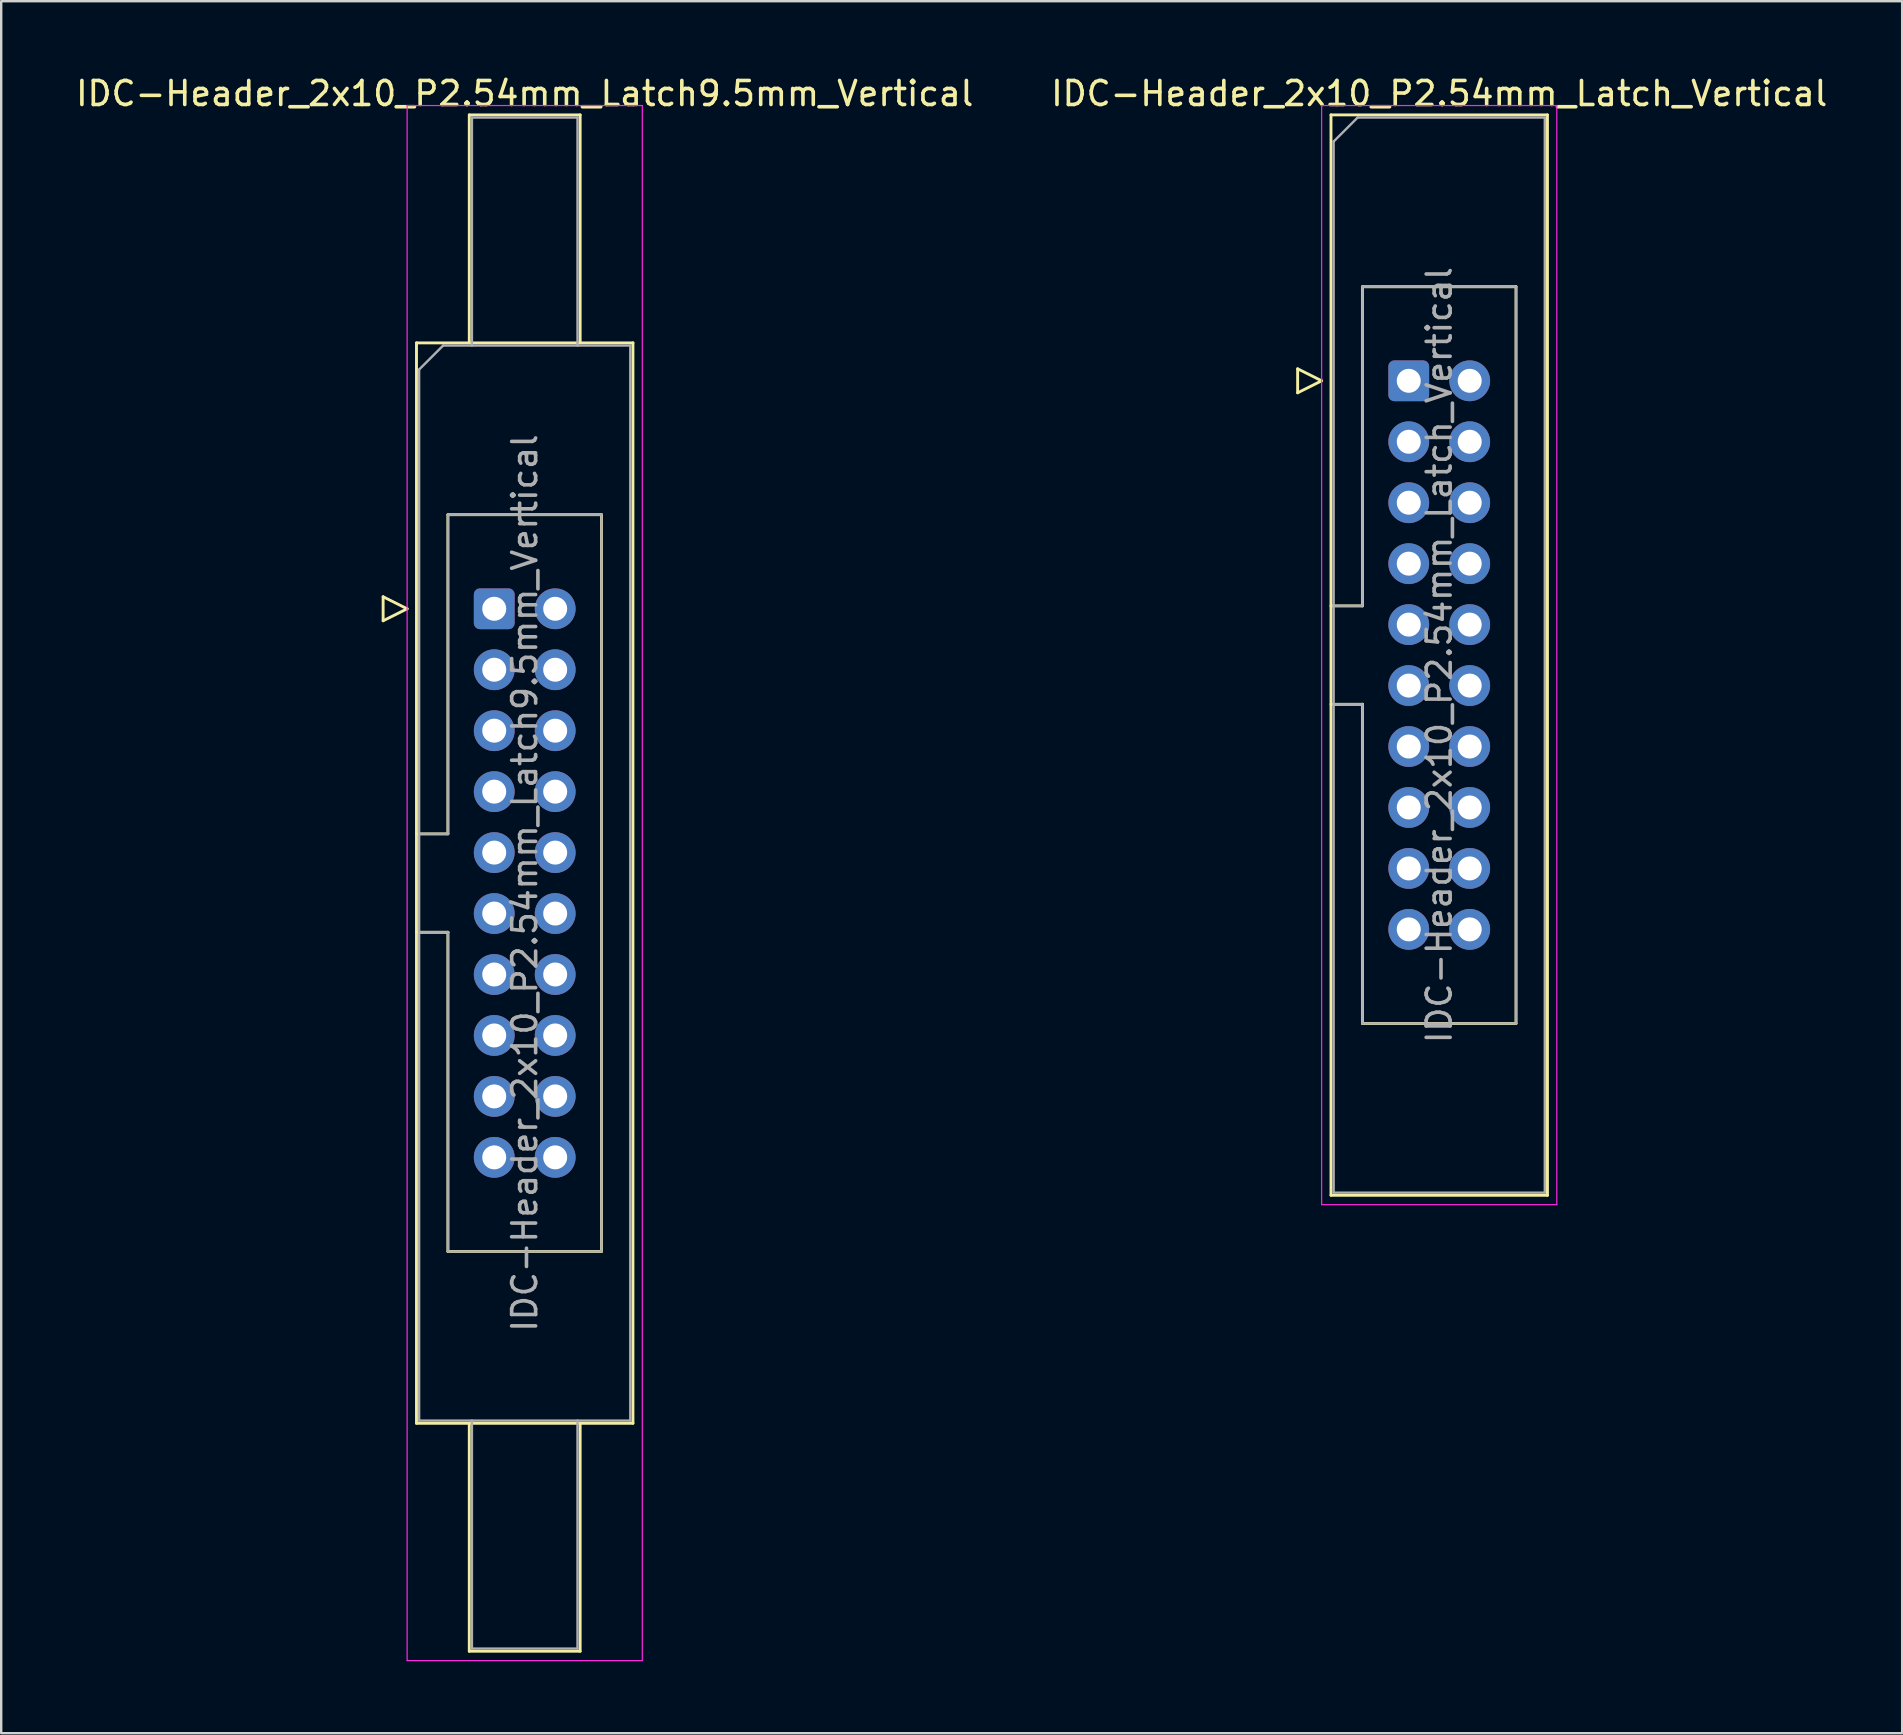
<source format=kicad_pcb>
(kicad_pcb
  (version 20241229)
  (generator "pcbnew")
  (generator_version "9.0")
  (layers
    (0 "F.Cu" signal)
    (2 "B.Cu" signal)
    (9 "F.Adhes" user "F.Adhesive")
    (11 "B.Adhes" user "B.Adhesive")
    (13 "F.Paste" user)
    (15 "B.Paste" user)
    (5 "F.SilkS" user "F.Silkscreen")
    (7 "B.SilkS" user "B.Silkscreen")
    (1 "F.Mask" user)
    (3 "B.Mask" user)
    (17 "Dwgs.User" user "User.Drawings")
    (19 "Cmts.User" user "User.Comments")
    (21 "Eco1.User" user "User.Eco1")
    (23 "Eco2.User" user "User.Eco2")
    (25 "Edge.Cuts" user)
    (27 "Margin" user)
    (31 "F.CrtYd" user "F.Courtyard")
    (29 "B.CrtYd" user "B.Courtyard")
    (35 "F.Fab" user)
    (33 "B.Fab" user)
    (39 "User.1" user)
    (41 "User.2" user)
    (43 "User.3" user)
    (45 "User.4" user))
  (footprint "IDC-Header_2x10_P2.54mm_Latch_Vertical"
    (layer "F.Cu")
    (at 55.653 12.818)
    (property "Reference" "IDC-Header_2x10_P2.54mm_Latch_Vertical" (at 1.27 -11.97 0) (layer "F.SilkS") (effects (font (size 1 1) (thickness 0.15))))
    (attr through_hole)
    (fp_line (start -4.63 -0.5) (end -4.63 0.5) (stroke (width 0.12) (type solid)) (layer "F.SilkS"))
    (fp_line (start -4.63 0.5) (end -3.63 0) (stroke (width 0.12) (type solid)) (layer "F.SilkS"))
    (fp_line (start -3.63 0) (end -4.63 -0.5) (stroke (width 0.12) (type solid)) (layer "F.SilkS"))
    (fp_line (start -3.24 -11.08) (end 5.78 -11.08) (stroke (width 0.12) (type solid)) (layer "F.SilkS"))
    (fp_line (start -3.24 9.38) (end -1.93 9.38) (stroke (width 0.12) (type solid)) (layer "F.SilkS"))
    (fp_line (start -3.24 33.94) (end -3.24 -11.08) (stroke (width 0.12) (type solid)) (layer "F.SilkS"))
    (fp_line (start -1.93 -3.92) (end 4.47 -3.92) (stroke (width 0.12) (type solid)) (layer "F.SilkS"))
    (fp_line (start -1.93 9.38) (end -1.93 -3.92) (stroke (width 0.12) (type solid)) (layer "F.SilkS"))
    (fp_line (start -1.93 13.48) (end -3.24 13.48) (stroke (width 0.12) (type solid)) (layer "F.SilkS"))
    (fp_line (start -1.93 13.48) (end -1.93 13.48) (stroke (width 0.12) (type solid)) (layer "F.SilkS"))
    (fp_line (start -1.93 26.78) (end -1.93 13.48) (stroke (width 0.12) (type solid)) (layer "F.SilkS"))
    (fp_line (start 4.47 -3.92) (end 4.47 26.78) (stroke (width 0.12) (type solid)) (layer "F.SilkS"))
    (fp_line (start 4.47 26.78) (end -1.93 26.78) (stroke (width 0.12) (type solid)) (layer "F.SilkS"))
    (fp_line (start 5.78 -11.08) (end 5.78 33.94) (stroke (width 0.12) (type solid)) (layer "F.SilkS"))
    (fp_line (start 5.78 33.94) (end -3.24 33.94) (stroke (width 0.12) (type solid)) (layer "F.SilkS"))
    (fp_line (start -3.63 -11.47) (end -3.63 34.33) (stroke (width 0.05) (type solid)) (layer "F.CrtYd"))
    (fp_line (start -3.63 34.33) (end 6.17 34.33) (stroke (width 0.05) (type solid)) (layer "F.CrtYd"))
    (fp_line (start 6.17 -11.47) (end -3.63 -11.47) (stroke (width 0.05) (type solid)) (layer "F.CrtYd"))
    (fp_line (start 6.17 34.33) (end 6.17 -11.47) (stroke (width 0.05) (type solid)) (layer "F.CrtYd"))
    (fp_line (start -3.13 -9.97) (end -2.13 -10.97) (stroke (width 0.1) (type solid)) (layer "F.Fab"))
    (fp_line (start -3.13 9.38) (end -1.93 9.38) (stroke (width 0.1) (type solid)) (layer "F.Fab"))
    (fp_line (start -3.13 33.83) (end -3.13 -9.97) (stroke (width 0.1) (type solid)) (layer "F.Fab"))
    (fp_line (start -2.13 -10.97) (end 5.67 -10.97) (stroke (width 0.1) (type solid)) (layer "F.Fab"))
    (fp_line (start -1.93 -3.92) (end 4.47 -3.92) (stroke (width 0.1) (type solid)) (layer "F.Fab"))
    (fp_line (start -1.93 9.38) (end -1.93 -3.92) (stroke (width 0.1) (type solid)) (layer "F.Fab"))
    (fp_line (start -1.93 13.48) (end -3.13 13.48) (stroke (width 0.1) (type solid)) (layer "F.Fab"))
    (fp_line (start -1.93 13.48) (end -1.93 13.48) (stroke (width 0.1) (type solid)) (layer "F.Fab"))
    (fp_line (start -1.93 26.78) (end -1.93 13.48) (stroke (width 0.1) (type solid)) (layer "F.Fab"))
    (fp_line (start 4.47 -3.92) (end 4.47 26.78) (stroke (width 0.1) (type solid)) (layer "F.Fab"))
    (fp_line (start 4.47 26.78) (end -1.93 26.78) (stroke (width 0.1) (type solid)) (layer "F.Fab"))
    (fp_line (start 5.67 -10.97) (end 5.67 33.83) (stroke (width 0.1) (type solid)) (layer "F.Fab"))
    (fp_line (start 5.67 33.83) (end -3.13 33.83) (stroke (width 0.1) (type solid)) (layer "F.Fab"))
    (fp_text user "${REFERENCE}" (at 1.27 11.43 90) (layer "F.Fab") (effects (font (size 1 1) (thickness 0.15))))
    (pad "1" thru_hole roundrect (at 0 0) (size 1.7 1.7) (drill 1) (layers "*.Cu" "*.Mask") (roundrect_rratio 0.147))
    (pad "2" thru_hole circle (at 2.54 0) (size 1.7 1.7) (drill 1) (layers "*.Cu" "*.Mask"))
    (pad "3" thru_hole circle (at 0 2.54) (size 1.7 1.7) (drill 1) (layers "*.Cu" "*.Mask"))
    (pad "4" thru_hole circle (at 2.54 2.54) (size 1.7 1.7) (drill 1) (layers "*.Cu" "*.Mask"))
    (pad "5" thru_hole circle (at 0 5.08) (size 1.7 1.7) (drill 1) (layers "*.Cu" "*.Mask"))
    (pad "6" thru_hole circle (at 2.54 5.08) (size 1.7 1.7) (drill 1) (layers "*.Cu" "*.Mask"))
    (pad "7" thru_hole circle (at 0 7.62) (size 1.7 1.7) (drill 1) (layers "*.Cu" "*.Mask"))
    (pad "8" thru_hole circle (at 2.54 7.62) (size 1.7 1.7) (drill 1) (layers "*.Cu" "*.Mask"))
    (pad "9" thru_hole circle (at 0 10.16) (size 1.7 1.7) (drill 1) (layers "*.Cu" "*.Mask"))
    (pad "10" thru_hole circle (at 2.54 10.16) (size 1.7 1.7) (drill 1) (layers "*.Cu" "*.Mask"))
    (pad "11" thru_hole circle (at 0 12.7) (size 1.7 1.7) (drill 1) (layers "*.Cu" "*.Mask"))
    (pad "12" thru_hole circle (at 2.54 12.7) (size 1.7 1.7) (drill 1) (layers "*.Cu" "*.Mask"))
    (pad "13" thru_hole circle (at 0 15.24) (size 1.7 1.7) (drill 1) (layers "*.Cu" "*.Mask"))
    (pad "14" thru_hole circle (at 2.54 15.24) (size 1.7 1.7) (drill 1) (layers "*.Cu" "*.Mask"))
    (pad "15" thru_hole circle (at 0 17.78) (size 1.7 1.7) (drill 1) (layers "*.Cu" "*.Mask"))
    (pad "16" thru_hole circle (at 2.54 17.78) (size 1.7 1.7) (drill 1) (layers "*.Cu" "*.Mask"))
    (pad "17" thru_hole circle (at 0 20.32) (size 1.7 1.7) (drill 1) (layers "*.Cu" "*.Mask"))
    (pad "18" thru_hole circle (at 2.54 20.32) (size 1.7 1.7) (drill 1) (layers "*.Cu" "*.Mask"))
    (pad "19" thru_hole circle (at 0 22.86) (size 1.7 1.7) (drill 1) (layers "*.Cu" "*.Mask"))
    (pad "20" thru_hole circle (at 2.54 22.86) (size 1.7 1.7) (drill 1) (layers "*.Cu" "*.Mask")))
  (footprint "IDC-Header_2x10_P2.54mm_Latch9.5mm_Vertical"
    (layer "F.Cu")
    (at 17.545 22.318)
    (property "Reference" "IDC-Header_2x10_P2.54mm_Latch9.5mm_Vertical" (at 1.27 -21.47 0) (layer "F.SilkS") (effects (font (size 1 1) (thickness 0.15))))
    (attr through_hole)
    (fp_line (start -4.63 -0.5) (end -4.63 0.5) (stroke (width 0.12) (type solid)) (layer "F.SilkS"))
    (fp_line (start -4.63 0.5) (end -3.63 0) (stroke (width 0.12) (type solid)) (layer "F.SilkS"))
    (fp_line (start -3.63 0) (end -4.63 -0.5) (stroke (width 0.12) (type solid)) (layer "F.SilkS"))
    (fp_line (start -3.24 -11.08) (end 5.78 -11.08) (stroke (width 0.12) (type solid)) (layer "F.SilkS"))
    (fp_line (start -3.24 9.38) (end -1.93 9.38) (stroke (width 0.12) (type solid)) (layer "F.SilkS"))
    (fp_line (start -3.24 33.94) (end -3.24 -11.08) (stroke (width 0.12) (type solid)) (layer "F.SilkS"))
    (fp_line (start -1.93 -3.92) (end 4.47 -3.92) (stroke (width 0.12) (type solid)) (layer "F.SilkS"))
    (fp_line (start -1.93 9.38) (end -1.93 -3.92) (stroke (width 0.12) (type solid)) (layer "F.SilkS"))
    (fp_line (start -1.93 13.48) (end -3.24 13.48) (stroke (width 0.12) (type solid)) (layer "F.SilkS"))
    (fp_line (start -1.93 13.48) (end -1.93 13.48) (stroke (width 0.12) (type solid)) (layer "F.SilkS"))
    (fp_line (start -1.93 26.78) (end -1.93 13.48) (stroke (width 0.12) (type solid)) (layer "F.SilkS"))
    (fp_line (start -1.04 -20.58) (end 3.58 -20.58) (stroke (width 0.12) (type solid)) (layer "F.SilkS"))
    (fp_line (start -1.04 -11.08) (end -1.04 -20.58) (stroke (width 0.12) (type solid)) (layer "F.SilkS"))
    (fp_line (start -1.04 33.94) (end -1.04 43.44) (stroke (width 0.12) (type solid)) (layer "F.SilkS"))
    (fp_line (start -1.04 43.44) (end 3.58 43.44) (stroke (width 0.12) (type solid)) (layer "F.SilkS"))
    (fp_line (start 3.58 -20.58) (end 3.58 -11.08) (stroke (width 0.12) (type solid)) (layer "F.SilkS"))
    (fp_line (start 3.58 43.44) (end 3.58 33.94) (stroke (width 0.12) (type solid)) (layer "F.SilkS"))
    (fp_line (start 4.47 -3.92) (end 4.47 26.78) (stroke (width 0.12) (type solid)) (layer "F.SilkS"))
    (fp_line (start 4.47 26.78) (end -1.93 26.78) (stroke (width 0.12) (type solid)) (layer "F.SilkS"))
    (fp_line (start 5.78 -11.08) (end 5.78 33.94) (stroke (width 0.12) (type solid)) (layer "F.SilkS"))
    (fp_line (start 5.78 33.94) (end -3.24 33.94) (stroke (width 0.12) (type solid)) (layer "F.SilkS"))
    (fp_line (start -3.63 -20.97) (end -3.63 43.83) (stroke (width 0.05) (type solid)) (layer "F.CrtYd"))
    (fp_line (start -3.63 43.83) (end 6.17 43.83) (stroke (width 0.05) (type solid)) (layer "F.CrtYd"))
    (fp_line (start 6.17 -20.97) (end -3.63 -20.97) (stroke (width 0.05) (type solid)) (layer "F.CrtYd"))
    (fp_line (start 6.17 43.83) (end 6.17 -20.97) (stroke (width 0.05) (type solid)) (layer "F.CrtYd"))
    (fp_line (start -3.13 -9.97) (end -2.13 -10.97) (stroke (width 0.1) (type solid)) (layer "F.Fab"))
    (fp_line (start -3.13 9.38) (end -1.93 9.38) (stroke (width 0.1) (type solid)) (layer "F.Fab"))
    (fp_line (start -3.13 33.83) (end -3.13 -9.97) (stroke (width 0.1) (type solid)) (layer "F.Fab"))
    (fp_line (start -2.13 -10.97) (end 5.67 -10.97) (stroke (width 0.1) (type solid)) (layer "F.Fab"))
    (fp_line (start -1.93 -3.92) (end 4.47 -3.92) (stroke (width 0.1) (type solid)) (layer "F.Fab"))
    (fp_line (start -1.93 9.38) (end -1.93 -3.92) (stroke (width 0.1) (type solid)) (layer "F.Fab"))
    (fp_line (start -1.93 13.48) (end -3.13 13.48) (stroke (width 0.1) (type solid)) (layer "F.Fab"))
    (fp_line (start -1.93 13.48) (end -1.93 13.48) (stroke (width 0.1) (type solid)) (layer "F.Fab"))
    (fp_line (start -1.93 26.78) (end -1.93 13.48) (stroke (width 0.1) (type solid)) (layer "F.Fab"))
    (fp_line (start -0.93 -20.47) (end 3.47 -20.47) (stroke (width 0.1) (type solid)) (layer "F.Fab"))
    (fp_line (start -0.93 -10.97) (end -0.93 -20.47) (stroke (width 0.1) (type solid)) (layer "F.Fab"))
    (fp_line (start -0.93 33.83) (end -0.93 43.33) (stroke (width 0.1) (type solid)) (layer "F.Fab"))
    (fp_line (start -0.93 43.33) (end 3.47 43.33) (stroke (width 0.1) (type solid)) (layer "F.Fab"))
    (fp_line (start 3.47 -20.47) (end 3.47 -10.97) (stroke (width 0.1) (type solid)) (layer "F.Fab"))
    (fp_line (start 3.47 43.33) (end 3.47 33.83) (stroke (width 0.1) (type solid)) (layer "F.Fab"))
    (fp_line (start 4.47 -3.92) (end 4.47 26.78) (stroke (width 0.1) (type solid)) (layer "F.Fab"))
    (fp_line (start 4.47 26.78) (end -1.93 26.78) (stroke (width 0.1) (type solid)) (layer "F.Fab"))
    (fp_line (start 5.67 -10.97) (end 5.67 33.83) (stroke (width 0.1) (type solid)) (layer "F.Fab"))
    (fp_line (start 5.67 33.83) (end -3.13 33.83) (stroke (width 0.1) (type solid)) (layer "F.Fab"))
    (fp_text user "${REFERENCE}" (at 1.27 11.43 90) (layer "F.Fab") (effects (font (size 1 1) (thickness 0.15))))
    (pad "1" thru_hole roundrect (at 0 0) (size 1.7 1.7) (drill 1) (layers "*.Cu" "*.Mask") (roundrect_rratio 0.147))
    (pad "2" thru_hole circle (at 2.54 0) (size 1.7 1.7) (drill 1) (layers "*.Cu" "*.Mask"))
    (pad "3" thru_hole circle (at 0 2.54) (size 1.7 1.7) (drill 1) (layers "*.Cu" "*.Mask"))
    (pad "4" thru_hole circle (at 2.54 2.54) (size 1.7 1.7) (drill 1) (layers "*.Cu" "*.Mask"))
    (pad "5" thru_hole circle (at 0 5.08) (size 1.7 1.7) (drill 1) (layers "*.Cu" "*.Mask"))
    (pad "6" thru_hole circle (at 2.54 5.08) (size 1.7 1.7) (drill 1) (layers "*.Cu" "*.Mask"))
    (pad "7" thru_hole circle (at 0 7.62) (size 1.7 1.7) (drill 1) (layers "*.Cu" "*.Mask"))
    (pad "8" thru_hole circle (at 2.54 7.62) (size 1.7 1.7) (drill 1) (layers "*.Cu" "*.Mask"))
    (pad "9" thru_hole circle (at 0 10.16) (size 1.7 1.7) (drill 1) (layers "*.Cu" "*.Mask"))
    (pad "10" thru_hole circle (at 2.54 10.16) (size 1.7 1.7) (drill 1) (layers "*.Cu" "*.Mask"))
    (pad "11" thru_hole circle (at 0 12.7) (size 1.7 1.7) (drill 1) (layers "*.Cu" "*.Mask"))
    (pad "12" thru_hole circle (at 2.54 12.7) (size 1.7 1.7) (drill 1) (layers "*.Cu" "*.Mask"))
    (pad "13" thru_hole circle (at 0 15.24) (size 1.7 1.7) (drill 1) (layers "*.Cu" "*.Mask"))
    (pad "14" thru_hole circle (at 2.54 15.24) (size 1.7 1.7) (drill 1) (layers "*.Cu" "*.Mask"))
    (pad "15" thru_hole circle (at 0 17.78) (size 1.7 1.7) (drill 1) (layers "*.Cu" "*.Mask"))
    (pad "16" thru_hole circle (at 2.54 17.78) (size 1.7 1.7) (drill 1) (layers "*.Cu" "*.Mask"))
    (pad "17" thru_hole circle (at 0 20.32) (size 1.7 1.7) (drill 1) (layers "*.Cu" "*.Mask"))
    (pad "18" thru_hole circle (at 2.54 20.32) (size 1.7 1.7) (drill 1) (layers "*.Cu" "*.Mask"))
    (pad "19" thru_hole circle (at 0 22.86) (size 1.7 1.7) (drill 1) (layers "*.Cu" "*.Mask"))
    (pad "20" thru_hole circle (at 2.54 22.86) (size 1.7 1.7) (drill 1) (layers "*.Cu" "*.Mask")))
  (gr_rect
    (start -3 -3)
    (end 76.214 69.173)
    (stroke (width 0.1) (type default))
    (fill no)
    (layer "Edge.Cuts")))
</source>
